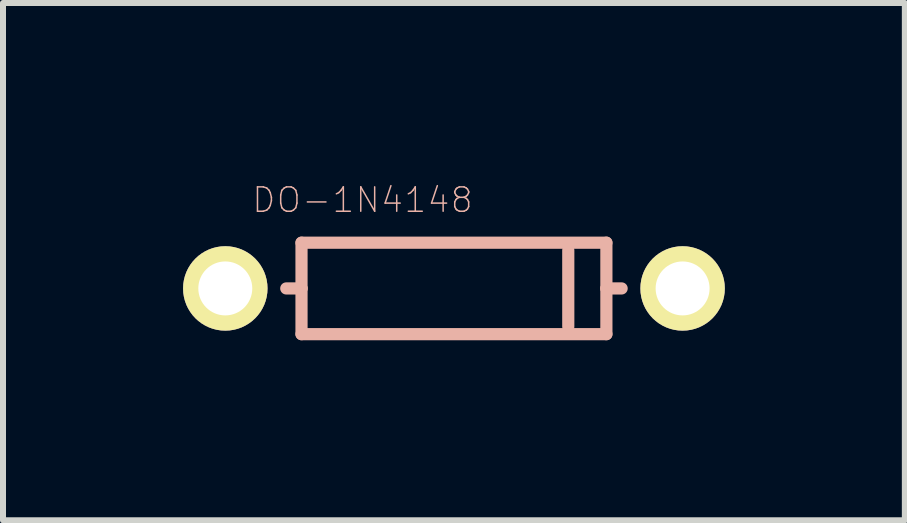
<source format=kicad_pcb>
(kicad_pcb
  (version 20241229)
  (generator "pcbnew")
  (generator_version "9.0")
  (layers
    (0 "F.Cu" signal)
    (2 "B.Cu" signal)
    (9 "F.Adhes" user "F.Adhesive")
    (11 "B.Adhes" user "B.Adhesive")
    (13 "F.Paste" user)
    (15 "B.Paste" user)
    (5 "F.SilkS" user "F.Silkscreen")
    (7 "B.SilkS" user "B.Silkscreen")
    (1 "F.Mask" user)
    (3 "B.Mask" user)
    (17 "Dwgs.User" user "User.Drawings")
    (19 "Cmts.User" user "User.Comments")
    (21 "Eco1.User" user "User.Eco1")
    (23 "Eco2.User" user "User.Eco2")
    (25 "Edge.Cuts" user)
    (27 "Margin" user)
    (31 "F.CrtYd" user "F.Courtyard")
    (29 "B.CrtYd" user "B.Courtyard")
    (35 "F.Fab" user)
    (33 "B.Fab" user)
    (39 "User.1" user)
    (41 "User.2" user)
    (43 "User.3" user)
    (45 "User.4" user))
  (footprint "DO-1N4148"
    (layer "F.Cu")
    (at 4.514 1.756)
    (property "Reference" "DO-1N4148" (at -1.524 -1.473 0) (layer "B.SilkS") (effects (font (size 0.406 0.406) (thickness 0.025))))
    (attr exclude_from_pos_files exclude_from_bom)
    (fp_line (start -2.54 -0.762) (end 2.54 -0.762) (stroke (width 0.203) (type solid)) (layer "B.SilkS"))
    (fp_line (start -2.54 0) (end -2.794 0) (stroke (width 0.203) (type solid)) (layer "B.SilkS"))
    (fp_line (start -2.54 0) (end -2.54 -0.762) (stroke (width 0.203) (type solid)) (layer "B.SilkS"))
    (fp_line (start -2.54 0.762) (end -2.54 0) (stroke (width 0.203) (type solid)) (layer "B.SilkS"))
    (fp_line (start 1.905 -0.635) (end 1.905 0.635) (stroke (width 0.203) (type solid)) (layer "B.SilkS"))
    (fp_line (start 2.54 -0.762) (end 2.54 0) (stroke (width 0.203) (type solid)) (layer "B.SilkS"))
    (fp_line (start 2.54 0) (end 2.54 0.762) (stroke (width 0.203) (type solid)) (layer "B.SilkS"))
    (fp_line (start 2.54 0) (end 2.794 0) (stroke (width 0.203) (type solid)) (layer "B.SilkS"))
    (fp_line (start 2.54 0.762) (end -2.54 0.762) (stroke (width 0.203) (type solid)) (layer "B.SilkS"))
    (pad "1" thru_hole circle (at -3.81 0) (size 1.407 1.407) (drill 0.899) (layers "*.Cu" "F.Mask" "F.SilkS" "F.Paste"))
    (pad "2" thru_hole circle (at 3.81 0) (size 1.407 1.407) (drill 0.899) (layers "*.Cu" "F.Mask" "F.SilkS" "F.Paste")))
  (gr_rect
    (start -3 -3)
    (end 12.027 5.619)
    (stroke (width 0.1) (type default))
    (fill no)
    (layer "Edge.Cuts")))
</source>
